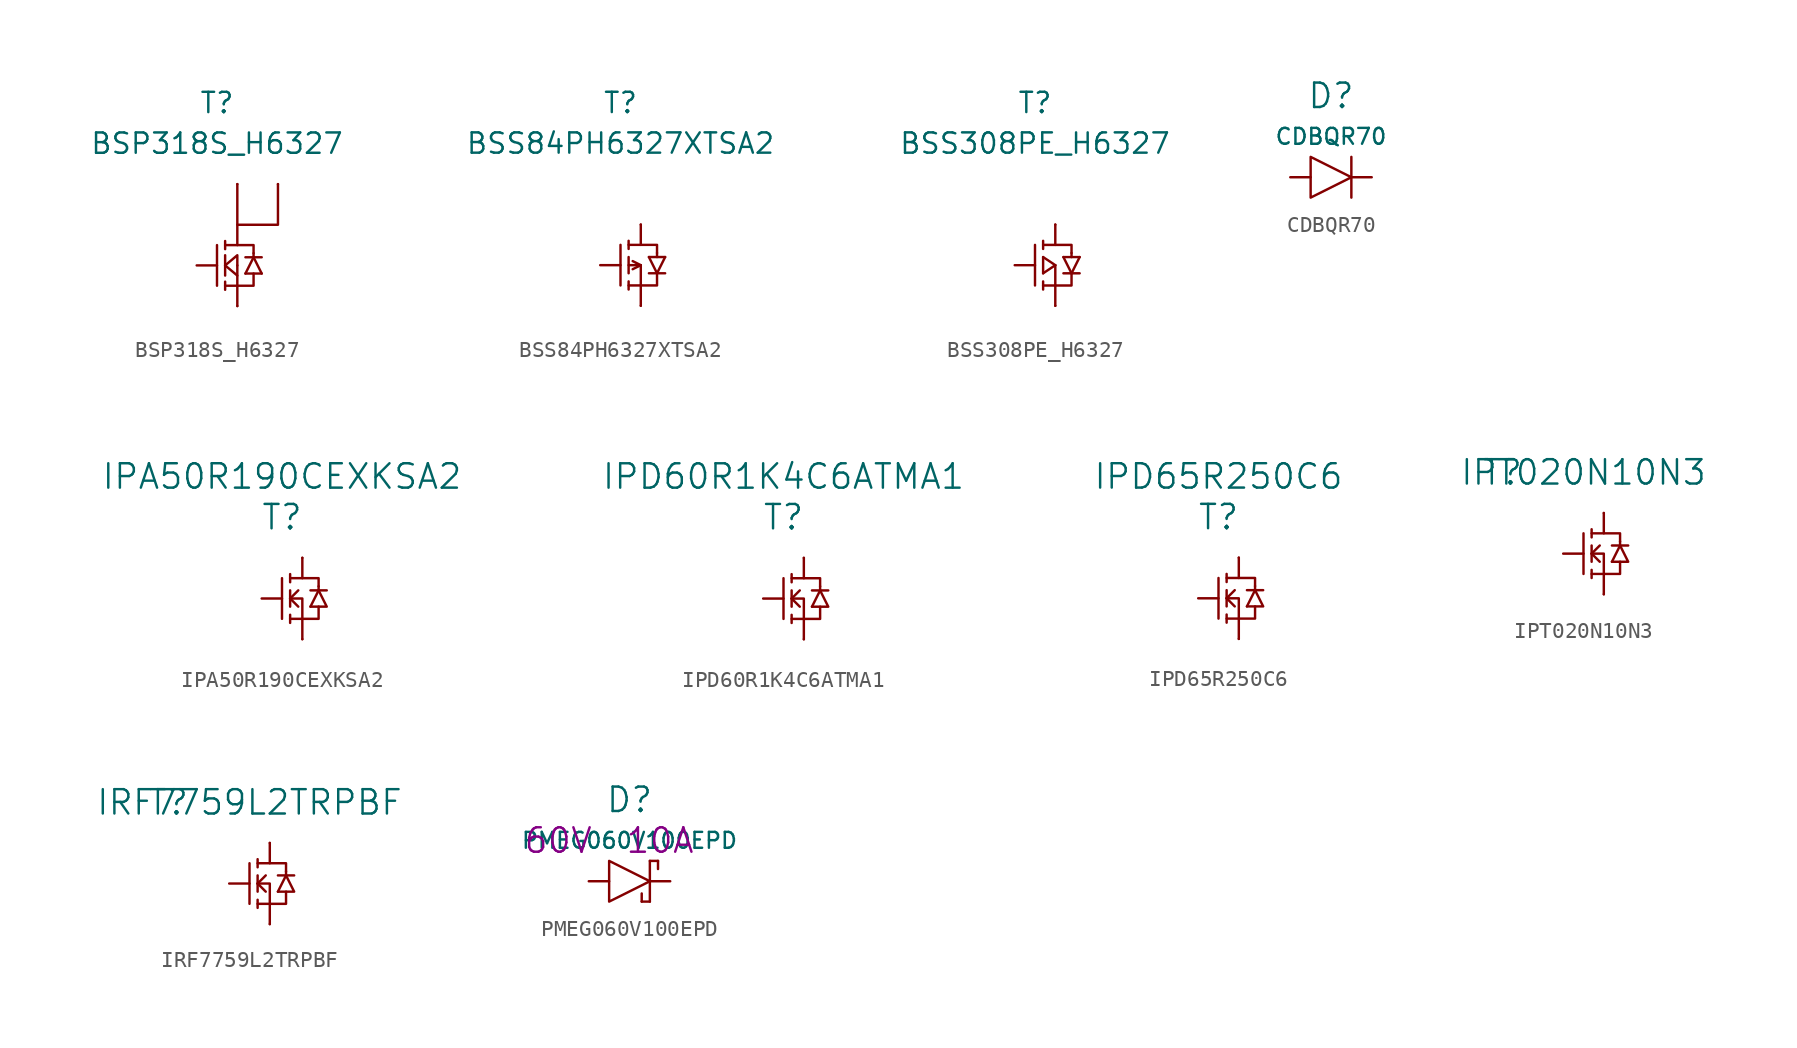
<source format=kicad_sym>
(kicad_symbol_lib
  (version 20220914)
  (generator kicad_symbol_editor)
  (symbol "BSP318S_H6327"
    (pin_numbers hide)
    (pin_names
      (offset 1.016) hide)
    (property "Reference" "T"
      (at -1.27 10.16 0)
      (effects (font (size 1.27 1.27))))
    (property "Value" "BSP318S_H6327"
      (at -1.27 7.62 0)
      (effects (font (size 1.27 1.27))))
    (symbol "BSP318S_H6327_0_1"
      (polyline (pts (xy -1.27 1.27) (xy -1.27 -1.27)) (stroke (width 0) (type solid)) (fill (type none)))
      (polyline (pts (xy -0.762 -1.016) (xy -0.762 -1.524)) (stroke (width 0) (type solid)) (fill (type none)))
      (polyline (pts (xy -0.762 0) (xy 0 -0.635)) (stroke (width 0) (type solid)) (fill (type none)))
      (polyline (pts (xy -0.762 0.635) (xy -0.762 -0.635)) (stroke (width 0) (type solid)) (fill (type none)))
      (polyline (pts (xy -0.762 1.524) (xy -0.762 1.016)) (stroke (width 0) (type solid)) (fill (type none)))
      (polyline (pts (xy 0 -1.27) (xy 0 -2.54)) (stroke (width 0) (type solid)) (fill (type none)))
      (polyline (pts (xy 0 0) (xy 0 -1.27)) (stroke (width 0) (type solid)) (fill (type none)))
      (polyline (pts (xy 0 1.27) (xy 0 2.54)) (stroke (width 0) (type solid)) (fill (type none)))
      (polyline (pts (xy 0.508 -0.508) (xy 1.524 -0.508)) (stroke (width 0) (type solid)) (fill (type none)))
      (polyline (pts (xy 0.508 0.508) (xy 1.524 0.508)) (stroke (width 0) (type solid)) (fill (type none)))
      (polyline (pts (xy 1.016 0.508) (xy 0.508 -0.508)) (stroke (width 0) (type solid)) (fill (type none)))
      (polyline (pts (xy 1.016 0.508) (xy 1.016 0.762)) (stroke (width 0) (type solid)) (fill (type none)))
      (polyline (pts (xy 1.016 0.508) (xy 1.524 -0.508)) (stroke (width 0) (type solid)) (fill (type none)))
      (polyline (pts (xy -0.762 -1.27) (xy 1.016 -1.27) (xy 1.016 -0.508)) (stroke (width 0) (type solid)) (fill (type none)))
      (polyline (pts (xy -0.762 0) (xy 0 0.635) (xy 0 0)) (stroke (width 0) (type solid)) (fill (type none)))
      (polyline (pts (xy -0.762 1.27) (xy 1.016 1.27) (xy 1.016 0.762)) (stroke (width 0) (type solid)) (fill (type none)))
      (polyline (pts (xy 0 5.08) (xy 0 2.54) (xy 2.54 2.54) (xy 2.54 5.08)) (stroke (width 0) (type solid)) (fill (type none))))
    (symbol "BSP318S_H6327_1_1"
      (pin input line (at -2.54 0 0) (length 1.27) (name "G" (effects (font (size 1.27 1.27)))) (number "1" (effects (font (size 1.27 1.27)))))
      (pin passive line (at 0 5.08 0) (length 0) (name "D" (effects (font (size 1.27 1.27)))) (number "2" (effects (font (size 1.27 1.27)))))
      (pin passive line (at 0 -2.54 0) (length 0) (name "S" (effects (font (size 1.27 1.27)))) (number "3" (effects (font (size 1.27 1.27)))))
      (pin passive line (at 2.54 5.08 180) (length 0) (name "D" (effects (font (size 1.27 1.27)))) (number "4" (effects (font (size 1.27 1.27)))))))
  (symbol "BSS84PH6327XTSA2"
    (pin_numbers hide)
    (pin_names
      (offset 1.016) hide)
    (property "Reference" "T"
      (at -1.27 10.16 0)
      (effects (font (size 1.27 1.27))))
    (property "Value" "BSS84PH6327XTSA2"
      (at -1.27 7.62 0)
      (effects (font (size 1.27 1.27))))
    (symbol "BSS84PH6327XTSA2_0_1"
      (polyline (pts (xy -1.27 1.27) (xy -1.27 -1.27)) (stroke (width 0) (type solid)) (fill (type none)))
      (polyline (pts (xy -0.762 -1.016) (xy -0.762 -1.524)) (stroke (width 0) (type solid)) (fill (type none)))
      (polyline (pts (xy -0.762 0.508) (xy -0.762 -0.508)) (stroke (width 0) (type solid)) (fill (type none)))
      (polyline (pts (xy -0.762 1.524) (xy -0.762 1.016)) (stroke (width 0) (type solid)) (fill (type none)))
      (polyline (pts (xy -0.508 -0.254) (xy 0 0)) (stroke (width 0) (type solid)) (fill (type none)))
      (polyline (pts (xy 0 -1.27) (xy 0 -2.54)) (stroke (width 0) (type solid)) (fill (type none)))
      (polyline (pts (xy 0 0) (xy 0 -1.27)) (stroke (width 0) (type solid)) (fill (type none)))
      (polyline (pts (xy 0 1.27) (xy 0 2.54)) (stroke (width 0) (type solid)) (fill (type none)))
      (polyline (pts (xy 0.508 -0.508) (xy 1.524 -0.508)) (stroke (width 0) (type solid)) (fill (type none)))
      (polyline (pts (xy 0.508 0.508) (xy 1.016 -0.508)) (stroke (width 0) (type solid)) (fill (type none)))
      (polyline (pts (xy 0.508 0.508) (xy 1.524 0.508)) (stroke (width 0) (type solid)) (fill (type none)))
      (polyline (pts (xy 1.016 0.508) (xy 1.016 0.762)) (stroke (width 0) (type solid)) (fill (type none)))
      (polyline (pts (xy 1.524 0.508) (xy 1.016 -0.508)) (stroke (width 0) (type solid)) (fill (type none)))
      (polyline (pts (xy -0.762 -1.27) (xy 1.016 -1.27) (xy 1.016 -0.508)) (stroke (width 0) (type solid)) (fill (type none)))
      (polyline (pts (xy -0.762 0) (xy 0 0) (xy -0.508 0.254)) (stroke (width 0) (type solid)) (fill (type none)))
      (polyline (pts (xy -0.762 1.27) (xy 1.016 1.27) (xy 1.016 0.762)) (stroke (width 0) (type solid)) (fill (type none))))
    (symbol "BSS84PH6327XTSA2_1_1"
      (pin input line (at -2.54 0 0) (length 1.27) (name "G" (effects (font (size 1.27 1.27)))) (number "1" (effects (font (size 1.27 1.27)))))
      (pin passive line (at 0 -2.54 0) (length 0) (name "S" (effects (font (size 1.27 1.27)))) (number "2" (effects (font (size 1.27 1.27)))))
      (pin passive line (at 0 2.54 0) (length 0) (name "D" (effects (font (size 1.27 1.27)))) (number "3" (effects (font (size 1.27 1.27)))))))
  (symbol "BSS308PE_H6327"
    (pin_numbers hide)
    (pin_names
      (offset 1.016) hide)
    (property "Reference" "T"
      (at -1.27 10.16 0)
      (effects (font (size 1.27 1.27))))
    (property "Value" "BSS308PE_H6327"
      (at -1.27 7.62 0)
      (effects (font (size 1.27 1.27))))
    (symbol "BSS308PE_H6327_0_1"
      (polyline (pts (xy -1.27 1.27) (xy -1.27 -1.27)) (stroke (width 0) (type solid)) (fill (type none)))
      (polyline (pts (xy -0.762 -1.016) (xy -0.762 -1.524)) (stroke (width 0) (type solid)) (fill (type none)))
      (polyline (pts (xy -0.762 0.508) (xy -0.762 -0.508)) (stroke (width 0) (type solid)) (fill (type none)))
      (polyline (pts (xy -0.762 1.524) (xy -0.762 1.016)) (stroke (width 0) (type solid)) (fill (type none)))
      (polyline (pts (xy 0 -1.27) (xy 0 -2.54)) (stroke (width 0) (type solid)) (fill (type none)))
      (polyline (pts (xy 0 0) (xy -0.762 -0.508)) (stroke (width 0) (type solid)) (fill (type none)))
      (polyline (pts (xy 0 0) (xy -0.762 0.508)) (stroke (width 0) (type solid)) (fill (type none)))
      (polyline (pts (xy 0 0) (xy 0 -1.27)) (stroke (width 0) (type solid)) (fill (type none)))
      (polyline (pts (xy 0 1.27) (xy 0 2.54)) (stroke (width 0) (type solid)) (fill (type none)))
      (polyline (pts (xy 0.508 -0.508) (xy 1.524 -0.508)) (stroke (width 0) (type solid)) (fill (type none)))
      (polyline (pts (xy 0.508 0.508) (xy 1.016 -0.508)) (stroke (width 0) (type solid)) (fill (type none)))
      (polyline (pts (xy 0.508 0.508) (xy 1.524 0.508)) (stroke (width 0) (type solid)) (fill (type none)))
      (polyline (pts (xy 1.016 0.508) (xy 1.016 0.762)) (stroke (width 0) (type solid)) (fill (type none)))
      (polyline (pts (xy 1.524 0.508) (xy 1.016 -0.508)) (stroke (width 0) (type solid)) (fill (type none)))
      (polyline (pts (xy -0.762 -1.27) (xy 1.016 -1.27) (xy 1.016 -0.508)) (stroke (width 0) (type solid)) (fill (type none)))
      (polyline (pts (xy -0.762 1.27) (xy 1.016 1.27) (xy 1.016 0.762)) (stroke (width 0) (type solid)) (fill (type none))))
    (symbol "BSS308PE_H6327_1_1"
      (pin input line (at -2.54 0 0) (length 1.27) (name "G" (effects (font (size 1.27 1.27)))) (number "1" (effects (font (size 1.27 1.27)))))
      (pin passive line (at 0 -2.54 0) (length 0) (name "S" (effects (font (size 1.27 1.27)))) (number "2" (effects (font (size 1.27 1.27)))))
      (pin passive line (at 0 2.54 0) (length 0) (name "D" (effects (font (size 1.27 1.27)))) (number "3" (effects (font (size 1.27 1.27)))))))
  (symbol "CDBQR70"
    (pin_numbers hide)
    (pin_names
      (offset 1.016) hide)
    (property "Reference" "D"
      (at 0 5.08 0)
      (effects (font (size 1.524 1.524))))
    (property "Value" "CDBQR70"
      (at 0 2.54 0)
      (effects (font (size 0.991 0.991))))
    (property "Footprint" ""
      (at 0 0 0)
      (effects (font (size 1.524 1.524))))
    (property "Datasheet" ""
      (at 0 0 0)
      (effects (font (size 1.524 1.524))))
    (symbol "CDBQR70_0_1"
      (polyline (pts (xy 1.27 1.27) (xy 1.27 -1.27)) (stroke (width 0) (type solid)) (fill (type none)))
      (polyline (pts (xy -1.27 0) (xy -1.27 1.27) (xy 1.27 0) (xy -1.27 -1.27) (xy -1.27 0)) (stroke (width 0) (type solid)) (fill (type none))))
    (symbol "CDBQR70_1_1"
      (pin input line (at -2.54 0 0) (length 1.27) (name "1" (effects (font (size 1.27 1.27)))) (number "1" (effects (font (size 1.27 1.27)))))
      (pin input line (at 2.54 0 180) (length 1.27) (name "2" (effects (font (size 1.27 1.27)))) (number "2" (effects (font (size 1.27 1.27)))))))
  (symbol "IPA50R190CEXKSA2"
    (pin_numbers hide)
    (pin_names
      (offset 1.016) hide)
    (property "Reference" "T"
      (at -1.27 5.08 0)
      (effects (font (size 1.524 1.524))))
    (property "Value" "IPA50R190CEXKSA2"
      (at -1.27 7.62 0)
      (effects (font (size 1.524 1.524))))
    (symbol "IPA50R190CEXKSA2_0_1"
      (polyline (pts (xy -1.27 1.27) (xy -1.27 -1.27)) (stroke (width 0) (type solid)) (fill (type none)))
      (polyline (pts (xy -0.762 -1.016) (xy -0.762 -1.524)) (stroke (width 0) (type solid)) (fill (type none)))
      (polyline (pts (xy -0.762 0) (xy -0.254 -0.508)) (stroke (width 0) (type solid)) (fill (type none)))
      (polyline (pts (xy -0.762 0) (xy -0.254 0.508)) (stroke (width 0) (type solid)) (fill (type none)))
      (polyline (pts (xy -0.762 0.508) (xy -0.762 -0.508)) (stroke (width 0) (type solid)) (fill (type none)))
      (polyline (pts (xy -0.762 1.524) (xy -0.762 1.016)) (stroke (width 0) (type solid)) (fill (type none)))
      (polyline (pts (xy 0 -1.27) (xy 0 -2.54)) (stroke (width 0) (type solid)) (fill (type none)))
      (polyline (pts (xy 0 1.27) (xy 0 2.54)) (stroke (width 0) (type solid)) (fill (type none)))
      (polyline (pts (xy 0.508 -0.508) (xy 1.016 0.508)) (stroke (width 0) (type solid)) (fill (type none)))
      (polyline (pts (xy 0.508 0.508) (xy 1.524 0.508)) (stroke (width 0) (type solid)) (fill (type none)))
      (polyline (pts (xy 1.016 0.508) (xy 1.016 0.762)) (stroke (width 0) (type solid)) (fill (type none)))
      (polyline (pts (xy -0.762 -1.27) (xy 1.016 -1.27) (xy 1.016 -0.508)) (stroke (width 0) (type solid)) (fill (type none)))
      (polyline (pts (xy -0.762 0) (xy 0 0) (xy 0 -1.27)) (stroke (width 0) (type solid)) (fill (type none)))
      (polyline (pts (xy -0.762 1.27) (xy 1.016 1.27) (xy 1.016 0.762)) (stroke (width 0) (type solid)) (fill (type none)))
      (polyline (pts (xy 0.508 -0.508) (xy 1.524 -0.508) (xy 1.016 0.508)) (stroke (width 0) (type solid)) (fill (type none))))
    (symbol "IPA50R190CEXKSA2_1_1"
      (pin input line (at -2.54 0 0) (length 1.27) (name "G" (effects (font (size 1.27 1.27)))) (number "1" (effects (font (size 1.27 1.27)))))
      (pin input line (at 0 2.54 0) (length 0) (name "D" (effects (font (size 1.27 1.27)))) (number "2" (effects (font (size 1.27 1.27)))))
      (pin passive line (at 0 -2.54 0) (length 0) (name "S" (effects (font (size 1.27 1.27)))) (number "3" (effects (font (size 1.27 1.27)))))))
  (symbol "IPD60R1K4C6ATMA1"
    (pin_numbers hide)
    (pin_names
      (offset 1.016) hide)
    (property "Reference" "T"
      (at -1.27 5.08 0)
      (effects (font (size 1.524 1.524))))
    (property "Value" "IPD60R1K4C6ATMA1"
      (at -1.27 7.62 0)
      (effects (font (size 1.524 1.524))))
    (symbol "IPD60R1K4C6ATMA1_0_1"
      (polyline (pts (xy -1.27 1.27) (xy -1.27 -1.27)) (stroke (width 0) (type solid)) (fill (type none)))
      (polyline (pts (xy -0.762 -1.016) (xy -0.762 -1.524)) (stroke (width 0) (type solid)) (fill (type none)))
      (polyline (pts (xy -0.762 0) (xy -0.254 -0.508)) (stroke (width 0) (type solid)) (fill (type none)))
      (polyline (pts (xy -0.762 0) (xy -0.254 0.508)) (stroke (width 0) (type solid)) (fill (type none)))
      (polyline (pts (xy -0.762 0.508) (xy -0.762 -0.508)) (stroke (width 0) (type solid)) (fill (type none)))
      (polyline (pts (xy -0.762 1.524) (xy -0.762 1.016)) (stroke (width 0) (type solid)) (fill (type none)))
      (polyline (pts (xy 0 -1.27) (xy 0 -2.54)) (stroke (width 0) (type solid)) (fill (type none)))
      (polyline (pts (xy 0 1.27) (xy 0 2.54)) (stroke (width 0) (type solid)) (fill (type none)))
      (polyline (pts (xy 0.508 -0.508) (xy 1.016 0.508)) (stroke (width 0) (type solid)) (fill (type none)))
      (polyline (pts (xy 0.508 0.508) (xy 1.524 0.508)) (stroke (width 0) (type solid)) (fill (type none)))
      (polyline (pts (xy 1.016 0.508) (xy 1.016 0.762)) (stroke (width 0) (type solid)) (fill (type none)))
      (polyline (pts (xy -0.762 -1.27) (xy 1.016 -1.27) (xy 1.016 -0.508)) (stroke (width 0) (type solid)) (fill (type none)))
      (polyline (pts (xy -0.762 0) (xy 0 0) (xy 0 -1.27)) (stroke (width 0) (type solid)) (fill (type none)))
      (polyline (pts (xy -0.762 1.27) (xy 1.016 1.27) (xy 1.016 0.762)) (stroke (width 0) (type solid)) (fill (type none)))
      (polyline (pts (xy 0.508 -0.508) (xy 1.524 -0.508) (xy 1.016 0.508)) (stroke (width 0) (type solid)) (fill (type none))))
    (symbol "IPD60R1K4C6ATMA1_1_1"
      (pin input line (at -2.54 0 0) (length 1.27) (name "G" (effects (font (size 1.27 1.27)))) (number "1" (effects (font (size 1.27 1.27)))))
      (pin input line (at 0 2.54 0) (length 0) (name "D" (effects (font (size 1.27 1.27)))) (number "2" (effects (font (size 1.27 1.27)))))
      (pin passive line (at 0 -2.54 0) (length 0) (name "S" (effects (font (size 1.27 1.27)))) (number "3" (effects (font (size 1.27 1.27)))))))
  (symbol "IPD65R250C6"
    (pin_numbers hide)
    (pin_names
      (offset 1.016) hide)
    (property "Reference" "T"
      (at -1.27 5.08 0)
      (effects (font (size 1.524 1.524))))
    (property "Value" "IPD65R250C6"
      (at -1.27 7.62 0)
      (effects (font (size 1.524 1.524))))
    (symbol "IPD65R250C6_0_1"
      (polyline (pts (xy -1.27 1.27) (xy -1.27 -1.27)) (stroke (width 0) (type solid)) (fill (type none)))
      (polyline (pts (xy -0.762 -1.016) (xy -0.762 -1.524)) (stroke (width 0) (type solid)) (fill (type none)))
      (polyline (pts (xy -0.762 0) (xy -0.254 -0.508)) (stroke (width 0) (type solid)) (fill (type none)))
      (polyline (pts (xy -0.762 0) (xy -0.254 0.508)) (stroke (width 0) (type solid)) (fill (type none)))
      (polyline (pts (xy -0.762 0.508) (xy -0.762 -0.508)) (stroke (width 0) (type solid)) (fill (type none)))
      (polyline (pts (xy -0.762 1.524) (xy -0.762 1.016)) (stroke (width 0) (type solid)) (fill (type none)))
      (polyline (pts (xy 0 -1.27) (xy 0 -2.54)) (stroke (width 0) (type solid)) (fill (type none)))
      (polyline (pts (xy 0 1.27) (xy 0 2.54)) (stroke (width 0) (type solid)) (fill (type none)))
      (polyline (pts (xy 0.508 -0.508) (xy 1.016 0.508)) (stroke (width 0) (type solid)) (fill (type none)))
      (polyline (pts (xy 0.508 0.508) (xy 1.524 0.508)) (stroke (width 0) (type solid)) (fill (type none)))
      (polyline (pts (xy 1.016 0.508) (xy 1.016 0.762)) (stroke (width 0) (type solid)) (fill (type none)))
      (polyline (pts (xy -0.762 -1.27) (xy 1.016 -1.27) (xy 1.016 -0.508)) (stroke (width 0) (type solid)) (fill (type none)))
      (polyline (pts (xy -0.762 0) (xy 0 0) (xy 0 -1.27)) (stroke (width 0) (type solid)) (fill (type none)))
      (polyline (pts (xy -0.762 1.27) (xy 1.016 1.27) (xy 1.016 0.762)) (stroke (width 0) (type solid)) (fill (type none)))
      (polyline (pts (xy 0.508 -0.508) (xy 1.524 -0.508) (xy 1.016 0.508)) (stroke (width 0) (type solid)) (fill (type none))))
    (symbol "IPD65R250C6_1_1"
      (pin input line (at -2.54 0 0) (length 1.27) (name "G" (effects (font (size 1.27 1.27)))) (number "1" (effects (font (size 1.27 1.27)))))
      (pin input line (at 0 2.54 0) (length 0) (name "D" (effects (font (size 1.27 1.27)))) (number "2" (effects (font (size 1.27 1.27)))))
      (pin passive line (at 0 -2.54 0) (length 0) (name "S" (effects (font (size 1.27 1.27)))) (number "3" (effects (font (size 1.27 1.27)))))))
  (symbol "IPT020N10N3"
    (pin_numbers hide)
    (pin_names
      (offset 1.016) hide)
    (property "Reference" "T"
      (at -6.35 5.08 0)
      (effects (font (size 1.524 1.524))))
    (property "Value" "IPT020N10N3"
      (at -1.27 5.08 0)
      (effects (font (size 1.524 1.524))))
    (symbol "IPT020N10N3_0_1"
      (polyline (pts (xy -1.27 1.27) (xy -1.27 -1.27)) (stroke (width 0) (type solid)) (fill (type none)))
      (polyline (pts (xy -0.762 -1.016) (xy -0.762 -1.524)) (stroke (width 0) (type solid)) (fill (type none)))
      (polyline (pts (xy -0.762 0) (xy -0.254 -0.508)) (stroke (width 0) (type solid)) (fill (type none)))
      (polyline (pts (xy -0.762 0) (xy -0.254 0.508)) (stroke (width 0) (type solid)) (fill (type none)))
      (polyline (pts (xy -0.762 0.508) (xy -0.762 -0.508)) (stroke (width 0) (type solid)) (fill (type none)))
      (polyline (pts (xy -0.762 1.524) (xy -0.762 1.016)) (stroke (width 0) (type solid)) (fill (type none)))
      (polyline (pts (xy 0 -1.27) (xy 0 -2.54)) (stroke (width 0) (type solid)) (fill (type none)))
      (polyline (pts (xy 0 1.27) (xy 0 2.54)) (stroke (width 0) (type solid)) (fill (type none)))
      (polyline (pts (xy 0.508 -0.508) (xy 1.016 0.508)) (stroke (width 0) (type solid)) (fill (type none)))
      (polyline (pts (xy 0.508 0.508) (xy 1.524 0.508)) (stroke (width 0) (type solid)) (fill (type none)))
      (polyline (pts (xy 1.016 0.508) (xy 1.016 0.762)) (stroke (width 0) (type solid)) (fill (type none)))
      (polyline (pts (xy -0.762 -1.27) (xy 1.016 -1.27) (xy 1.016 -0.508)) (stroke (width 0) (type solid)) (fill (type none)))
      (polyline (pts (xy -0.762 0) (xy 0 0) (xy 0 -1.27)) (stroke (width 0) (type solid)) (fill (type none)))
      (polyline (pts (xy -0.762 1.27) (xy 1.016 1.27) (xy 1.016 0.762)) (stroke (width 0) (type solid)) (fill (type none)))
      (polyline (pts (xy 0.508 -0.508) (xy 1.524 -0.508) (xy 1.016 0.508)) (stroke (width 0) (type solid)) (fill (type none))))
    (symbol "IPT020N10N3_1_1"
      (pin passive line (at 0 2.54 0) (length 0) (name "D" (effects (font (size 1.27 1.27)))) (number "D" (effects (font (size 1.27 1.27)))))
      (pin input line (at -2.54 0 0) (length 1.27) (name "G" (effects (font (size 1.27 1.27)))) (number "G" (effects (font (size 1.27 1.27)))))
      (pin passive line (at 0 -2.54 0) (length 0) (name "S" (effects (font (size 1.27 1.27)))) (number "S" (effects (font (size 1.27 1.27)))))))
  (symbol "IRF7759L2TRPBF"
    (pin_numbers hide)
    (pin_names
      (offset 1.016) hide)
    (property "Reference" "T"
      (at -6.35 5.08 0)
      (effects (font (size 1.524 1.524))))
    (property "Value" "IRF7759L2TRPBF"
      (at -1.27 5.08 0)
      (effects (font (size 1.524 1.524))))
    (symbol "IRF7759L2TRPBF_0_1"
      (polyline (pts (xy -1.27 1.27) (xy -1.27 -1.27)) (stroke (width 0) (type solid)) (fill (type none)))
      (polyline (pts (xy -0.762 -1.016) (xy -0.762 -1.524)) (stroke (width 0) (type solid)) (fill (type none)))
      (polyline (pts (xy -0.762 0) (xy -0.254 -0.508)) (stroke (width 0) (type solid)) (fill (type none)))
      (polyline (pts (xy -0.762 0) (xy -0.254 0.508)) (stroke (width 0) (type solid)) (fill (type none)))
      (polyline (pts (xy -0.762 0.508) (xy -0.762 -0.508)) (stroke (width 0) (type solid)) (fill (type none)))
      (polyline (pts (xy -0.762 1.524) (xy -0.762 1.016)) (stroke (width 0) (type solid)) (fill (type none)))
      (polyline (pts (xy 0 -1.27) (xy 0 -2.54)) (stroke (width 0) (type solid)) (fill (type none)))
      (polyline (pts (xy 0 1.27) (xy 0 2.54)) (stroke (width 0) (type solid)) (fill (type none)))
      (polyline (pts (xy 0.508 -0.508) (xy 1.016 0.508)) (stroke (width 0) (type solid)) (fill (type none)))
      (polyline (pts (xy 0.508 0.508) (xy 1.524 0.508)) (stroke (width 0) (type solid)) (fill (type none)))
      (polyline (pts (xy 1.016 0.508) (xy 1.016 0.762)) (stroke (width 0) (type solid)) (fill (type none)))
      (polyline (pts (xy -0.762 -1.27) (xy 1.016 -1.27) (xy 1.016 -0.508)) (stroke (width 0) (type solid)) (fill (type none)))
      (polyline (pts (xy -0.762 0) (xy 0 0) (xy 0 -1.27)) (stroke (width 0) (type solid)) (fill (type none)))
      (polyline (pts (xy -0.762 1.27) (xy 1.016 1.27) (xy 1.016 0.762)) (stroke (width 0) (type solid)) (fill (type none)))
      (polyline (pts (xy 0.508 -0.508) (xy 1.524 -0.508) (xy 1.016 0.508)) (stroke (width 0) (type solid)) (fill (type none))))
    (symbol "IRF7759L2TRPBF_1_1"
      (pin passive line (at 0 2.54 0) (length 0) (name "D" (effects (font (size 1.27 1.27)))) (number "D" (effects (font (size 1.27 1.27)))))
      (pin input line (at -2.54 0 0) (length 1.27) (name "G" (effects (font (size 1.27 1.27)))) (number "G" (effects (font (size 1.27 1.27)))))
      (pin passive line (at 0 -2.54 0) (length 0) (name "S" (effects (font (size 1.27 1.27)))) (number "S" (effects (font (size 1.27 1.27)))))))
  (symbol "PMEG060V100EPD"
    (pin_numbers hide)
    (pin_names
      (offset 1.016) hide)
    (property "Reference" "D"
      (at 0 5.08 0)
      (effects (font (size 1.524 1.524))))
    (property "Value" "PMEG060V100EPD"
      (at 0 2.54 0)
      (effects (font (size 0.991 0.991))))
    (property "Voltage" "60V"
      (at -4.445 2.54 0)
      (effects (font (size 1.524 1.524))))
    (property "Amps" "10A"
      (at 1.905 2.54 0)
      (effects (font (size 1.524 1.524))))
    (symbol "PMEG060V100EPD_0_1"
      (polyline (pts (xy 0.762 -1.27) (xy 1.27 -1.27)) (stroke (width 0) (type solid)) (fill (type none)))
      (polyline (pts (xy 0.762 -0.762) (xy 0.762 -1.27)) (stroke (width 0) (type solid)) (fill (type none)))
      (polyline (pts (xy 1.27 1.27) (xy 1.27 -1.27)) (stroke (width 0) (type solid)) (fill (type none)))
      (polyline (pts (xy 1.778 0.762) (xy 1.778 1.27)) (stroke (width 0) (type solid)) (fill (type none)))
      (polyline (pts (xy 1.778 1.27) (xy 1.27 1.27)) (stroke (width 0) (type solid)) (fill (type none)))
      (polyline (pts (xy -1.27 0) (xy -1.27 1.27) (xy 1.27 0) (xy -1.27 -1.27) (xy -1.27 0)) (stroke (width 0) (type solid)) (fill (type none))))
    (symbol "PMEG060V100EPD_1_1"
      (pin passive line (at 2.54 0 180) (length 1.27) (name "K" (effects (font (size 1.27 1.27)))) (number "3" (effects (font (size 1.27 1.27)))))
      (pin passive line (at -2.54 0 0) (length 1.27) (name "A" (effects (font (size 1.27 1.27)))) (number "A" (effects (font (size 1.27 1.27))))))))
</source>
